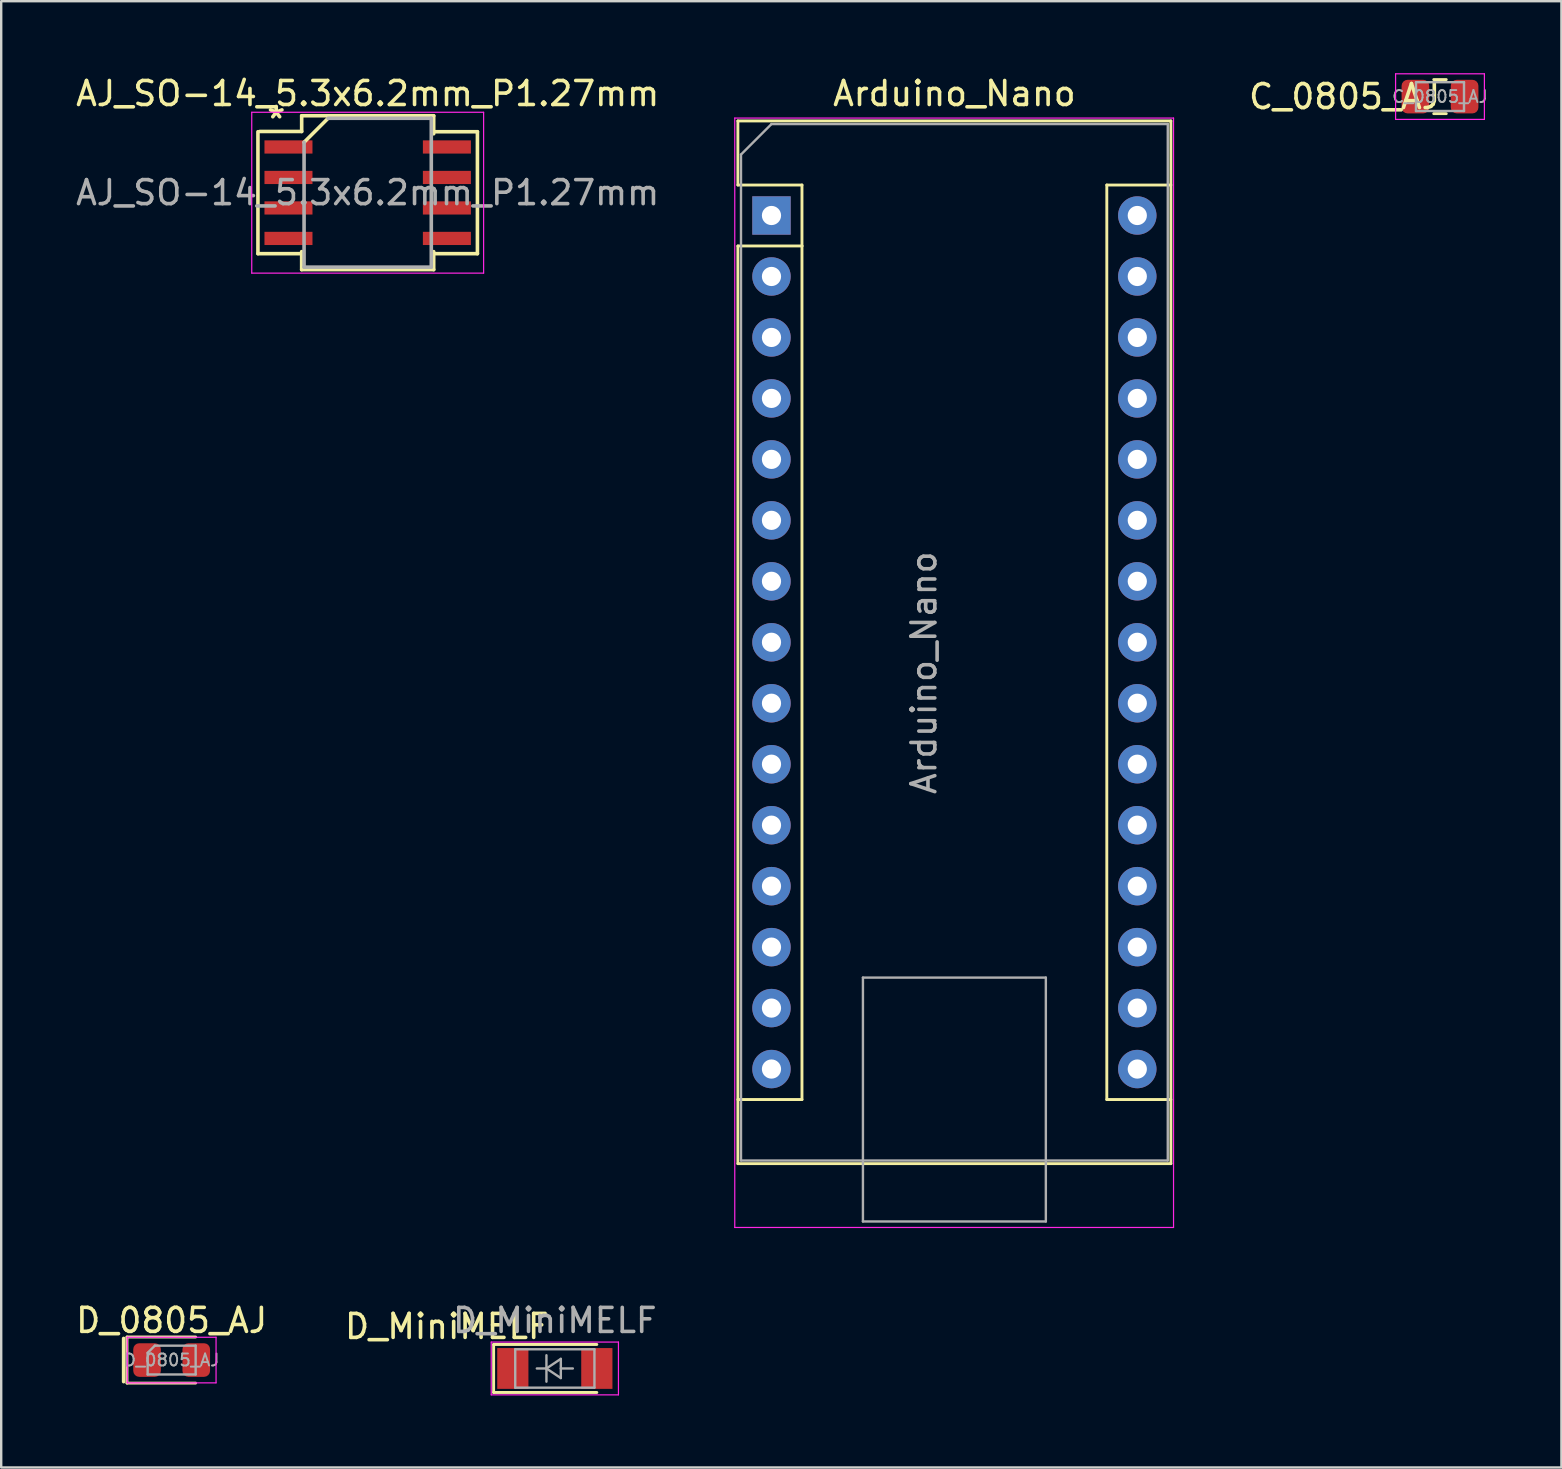
<source format=kicad_pcb>
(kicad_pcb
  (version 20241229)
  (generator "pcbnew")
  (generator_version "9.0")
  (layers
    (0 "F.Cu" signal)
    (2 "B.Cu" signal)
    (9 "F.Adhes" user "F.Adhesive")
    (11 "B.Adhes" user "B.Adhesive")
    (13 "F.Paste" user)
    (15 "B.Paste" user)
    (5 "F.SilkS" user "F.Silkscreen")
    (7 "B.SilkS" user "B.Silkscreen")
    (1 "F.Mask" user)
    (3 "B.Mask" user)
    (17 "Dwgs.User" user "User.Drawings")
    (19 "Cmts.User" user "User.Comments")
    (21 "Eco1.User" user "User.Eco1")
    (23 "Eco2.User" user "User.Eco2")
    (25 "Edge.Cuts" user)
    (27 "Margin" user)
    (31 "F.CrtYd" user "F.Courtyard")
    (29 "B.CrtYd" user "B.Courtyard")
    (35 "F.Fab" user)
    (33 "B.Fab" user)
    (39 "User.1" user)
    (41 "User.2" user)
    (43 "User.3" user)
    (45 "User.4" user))
  (footprint "Arduino_Nano"
    (layer "F.Cu")
    (at 29.091 5.928)
    (property "Reference" "Arduino_Nano" (at 7.62 -5.08 0) (layer "F.SilkS") (effects (font (size 1 1) (thickness 0.15))))
    (attr through_hole)
    (fp_line (start -1.4 -3.94) (end -1.4 -1.27) (stroke (width 0.12) (type solid)) (layer "F.SilkS"))
    (fp_line (start -1.4 1.27) (end -1.4 39.5) (stroke (width 0.12) (type solid)) (layer "F.SilkS"))
    (fp_line (start -1.4 39.5) (end 16.64 39.5) (stroke (width 0.12) (type solid)) (layer "F.SilkS"))
    (fp_line (start 1.27 -1.27) (end -1.4 -1.27) (stroke (width 0.12) (type solid)) (layer "F.SilkS"))
    (fp_line (start 1.27 1.27) (end -1.4 1.27) (stroke (width 0.12) (type solid)) (layer "F.SilkS"))
    (fp_line (start 1.27 1.27) (end 1.27 -1.27) (stroke (width 0.12) (type solid)) (layer "F.SilkS"))
    (fp_line (start 1.27 1.27) (end 1.27 36.83) (stroke (width 0.12) (type solid)) (layer "F.SilkS"))
    (fp_line (start 1.27 36.83) (end -1.4 36.83) (stroke (width 0.12) (type solid)) (layer "F.SilkS"))
    (fp_line (start 13.97 -1.27) (end 13.97 36.83) (stroke (width 0.12) (type solid)) (layer "F.SilkS"))
    (fp_line (start 13.97 -1.27) (end 16.64 -1.27) (stroke (width 0.12) (type solid)) (layer "F.SilkS"))
    (fp_line (start 13.97 36.83) (end 16.64 36.83) (stroke (width 0.12) (type solid)) (layer "F.SilkS"))
    (fp_line (start 16.64 -3.94) (end -1.4 -3.94) (stroke (width 0.12) (type solid)) (layer "F.SilkS"))
    (fp_line (start 16.64 39.5) (end 16.64 -3.94) (stroke (width 0.12) (type solid)) (layer "F.SilkS"))
    (fp_line (start -1.53 -4.06) (end -1.53 42.16) (stroke (width 0.05) (type solid)) (layer "F.CrtYd"))
    (fp_line (start -1.53 -4.06) (end 16.75 -4.06) (stroke (width 0.05) (type solid)) (layer "F.CrtYd"))
    (fp_line (start 16.75 42.16) (end -1.53 42.16) (stroke (width 0.05) (type solid)) (layer "F.CrtYd"))
    (fp_line (start 16.75 42.16) (end 16.75 -4.06) (stroke (width 0.05) (type solid)) (layer "F.CrtYd"))
    (fp_line (start -1.27 -2.54) (end 0 -3.81) (stroke (width 0.1) (type solid)) (layer "F.Fab"))
    (fp_line (start -1.27 39.37) (end -1.27 -2.54) (stroke (width 0.1) (type solid)) (layer "F.Fab"))
    (fp_line (start 0 -3.81) (end 16.51 -3.81) (stroke (width 0.1) (type solid)) (layer "F.Fab"))
    (fp_line (start 3.81 31.75) (end 11.43 31.75) (stroke (width 0.1) (type solid)) (layer "F.Fab"))
    (fp_line (start 3.81 41.91) (end 3.81 31.75) (stroke (width 0.1) (type solid)) (layer "F.Fab"))
    (fp_line (start 11.43 31.75) (end 11.43 41.91) (stroke (width 0.1) (type solid)) (layer "F.Fab"))
    (fp_line (start 11.43 41.91) (end 3.81 41.91) (stroke (width 0.1) (type solid)) (layer "F.Fab"))
    (fp_line (start 16.51 -3.81) (end 16.51 39.37) (stroke (width 0.1) (type solid)) (layer "F.Fab"))
    (fp_line (start 16.51 39.37) (end -1.27 39.37) (stroke (width 0.1) (type solid)) (layer "F.Fab"))
    (fp_text user "${REFERENCE}" (at 6.35 19.05 90) (layer "F.Fab") (effects (font (size 1 1) (thickness 0.15))))
    (pad "1" thru_hole rect (at 0 0) (size 1.6 1.6) (drill 0.8) (layers "*.Cu" "*.Mask"))
    (pad "2" thru_hole oval (at 0 2.54) (size 1.6 1.6) (drill 0.8) (layers "*.Cu" "*.Mask"))
    (pad "3" thru_hole oval (at 0 5.08) (size 1.6 1.6) (drill 0.8) (layers "*.Cu" "*.Mask"))
    (pad "4" thru_hole oval (at 0 7.62) (size 1.6 1.6) (drill 0.8) (layers "*.Cu" "*.Mask"))
    (pad "5" thru_hole oval (at 0 10.16) (size 1.6 1.6) (drill 0.8) (layers "*.Cu" "*.Mask"))
    (pad "6" thru_hole oval (at 0 12.7) (size 1.6 1.6) (drill 0.8) (layers "*.Cu" "*.Mask"))
    (pad "7" thru_hole oval (at 0 15.24) (size 1.6 1.6) (drill 0.8) (layers "*.Cu" "*.Mask"))
    (pad "8" thru_hole oval (at 0 17.78) (size 1.6 1.6) (drill 0.8) (layers "*.Cu" "*.Mask"))
    (pad "9" thru_hole oval (at 0 20.32) (size 1.6 1.6) (drill 0.8) (layers "*.Cu" "*.Mask"))
    (pad "10" thru_hole oval (at 0 22.86) (size 1.6 1.6) (drill 0.8) (layers "*.Cu" "*.Mask"))
    (pad "11" thru_hole oval (at 0 25.4) (size 1.6 1.6) (drill 0.8) (layers "*.Cu" "*.Mask"))
    (pad "12" thru_hole oval (at 0 27.94) (size 1.6 1.6) (drill 0.8) (layers "*.Cu" "*.Mask"))
    (pad "13" thru_hole oval (at 0 30.48) (size 1.6 1.6) (drill 0.8) (layers "*.Cu" "*.Mask"))
    (pad "14" thru_hole oval (at 0 33.02) (size 1.6 1.6) (drill 0.8) (layers "*.Cu" "*.Mask"))
    (pad "15" thru_hole oval (at 0 35.56) (size 1.6 1.6) (drill 0.8) (layers "*.Cu" "*.Mask"))
    (pad "16" thru_hole oval (at 15.24 35.56) (size 1.6 1.6) (drill 0.8) (layers "*.Cu" "*.Mask"))
    (pad "17" thru_hole oval (at 15.24 33.02) (size 1.6 1.6) (drill 0.8) (layers "*.Cu" "*.Mask"))
    (pad "18" thru_hole oval (at 15.24 30.48) (size 1.6 1.6) (drill 0.8) (layers "*.Cu" "*.Mask"))
    (pad "19" thru_hole oval (at 15.24 27.94) (size 1.6 1.6) (drill 0.8) (layers "*.Cu" "*.Mask"))
    (pad "20" thru_hole oval (at 15.24 25.4) (size 1.6 1.6) (drill 0.8) (layers "*.Cu" "*.Mask"))
    (pad "21" thru_hole oval (at 15.24 22.86) (size 1.6 1.6) (drill 0.8) (layers "*.Cu" "*.Mask"))
    (pad "22" thru_hole oval (at 15.24 20.32) (size 1.6 1.6) (drill 0.8) (layers "*.Cu" "*.Mask"))
    (pad "23" thru_hole oval (at 15.24 17.78) (size 1.6 1.6) (drill 0.8) (layers "*.Cu" "*.Mask"))
    (pad "24" thru_hole oval (at 15.24 15.24) (size 1.6 1.6) (drill 0.8) (layers "*.Cu" "*.Mask"))
    (pad "25" thru_hole oval (at 15.24 12.7) (size 1.6 1.6) (drill 0.8) (layers "*.Cu" "*.Mask"))
    (pad "26" thru_hole oval (at 15.24 10.16) (size 1.6 1.6) (drill 0.8) (layers "*.Cu" "*.Mask"))
    (pad "27" thru_hole oval (at 15.24 7.62) (size 1.6 1.6) (drill 0.8) (layers "*.Cu" "*.Mask"))
    (pad "28" thru_hole oval (at 15.24 5.08) (size 1.6 1.6) (drill 0.8) (layers "*.Cu" "*.Mask"))
    (pad "29" thru_hole oval (at 15.24 2.54) (size 1.6 1.6) (drill 0.8) (layers "*.Cu" "*.Mask"))
    (pad "30" thru_hole oval (at 15.24 0) (size 1.6 1.6) (drill 0.8) (layers "*.Cu" "*.Mask")))
  (footprint "AJ_SO-14_5.3x6.2mm_P1.27mm"
    (layer "F.Cu")
    (at 12.268 4.978)
    (property "Reference" "AJ_SO-14_5.3x6.2mm_P1.27mm" (at 0 -4.13 0) (layer "F.SilkS") (effects (font (size 1 1) (thickness 0.15))))
    (attr smd)
    (fp_line (start -4.572 2.54) (end -4.572 -2.54) (stroke (width 0.15) (type solid)) (layer "F.SilkS"))
    (fp_line (start -2.794 2.54) (end -4.572 2.54) (stroke (width 0.15) (type solid)) (layer "F.SilkS"))
    (fp_line (start -2.75 -3.205) (end -2.75 -2.55) (stroke (width 0.15) (type solid)) (layer "F.SilkS"))
    (fp_line (start -2.75 -3.205) (end 2.75 -3.205) (stroke (width 0.15) (type solid)) (layer "F.SilkS"))
    (fp_line (start -2.75 -2.55) (end -4.5 -2.55) (stroke (width 0.15) (type solid)) (layer "F.SilkS"))
    (fp_line (start -2.75 3.205) (end -2.75 2.455) (stroke (width 0.15) (type solid)) (layer "F.SilkS"))
    (fp_line (start -2.75 3.205) (end 2.75 3.205) (stroke (width 0.15) (type solid)) (layer "F.SilkS"))
    (fp_line (start -2.65 -2.1) (end -1.65 -3.1) (stroke (width 0.15) (type solid)) (layer "F.SilkS"))
    (fp_line (start 2.75 -3.205) (end 2.75 -2.455) (stroke (width 0.15) (type solid)) (layer "F.SilkS"))
    (fp_line (start 2.75 3.205) (end 2.75 2.455) (stroke (width 0.15) (type solid)) (layer "F.SilkS"))
    (fp_line (start 2.794 -2.54) (end 4.572 -2.54) (stroke (width 0.15) (type solid)) (layer "F.SilkS"))
    (fp_line (start 4.572 -2.54) (end 4.572 2.54) (stroke (width 0.15) (type solid)) (layer "F.SilkS"))
    (fp_line (start 4.572 2.54) (end 2.794 2.54) (stroke (width 0.15) (type solid)) (layer "F.SilkS"))
    (fp_line (start -4.83 -3.35) (end -4.83 3.35) (stroke (width 0.05) (type solid)) (layer "F.CrtYd"))
    (fp_line (start -4.83 -3.35) (end 4.83 -3.35) (stroke (width 0.05) (type solid)) (layer "F.CrtYd"))
    (fp_line (start -4.83 3.35) (end 4.83 3.35) (stroke (width 0.05) (type solid)) (layer "F.CrtYd"))
    (fp_line (start 4.83 -3.35) (end 4.83 3.35) (stroke (width 0.05) (type solid)) (layer "F.CrtYd"))
    (fp_line (start -2.65 3.1) (end -2.65 -2.1) (stroke (width 0.15) (type solid)) (layer "F.Fab"))
    (fp_line (start -1.65 -3.1) (end 2.65 -3.1) (stroke (width 0.15) (type solid)) (layer "F.Fab"))
    (fp_line (start 2.65 -3.1) (end 2.65 3.1) (stroke (width 0.15) (type solid)) (layer "F.Fab"))
    (fp_line (start 2.65 3.1) (end -2.65 3.1) (stroke (width 0.15) (type solid)) (layer "F.Fab"))
    (fp_text user "*" (at -3.81 -3.048 0) (layer "F.SilkS") (effects (font (size 1 1) (thickness 0.15))))
    (fp_text user "${REFERENCE}" (at 0 0 0) (layer "F.Fab") (effects (font (size 1 1) (thickness 0.15))))
    (pad "1" smd rect (at -3.3 -1.905) (size 2 0.55) (layers "F.Cu" "F.Mask" "F.Paste"))
    (pad "2" smd rect (at -3.3 -0.635) (size 2 0.55) (layers "F.Cu" "F.Mask" "F.Paste"))
    (pad "3" smd rect (at -3.3 0.635) (size 2 0.55) (layers "F.Cu" "F.Mask" "F.Paste"))
    (pad "4" smd rect (at -3.3 1.905) (size 2 0.55) (layers "F.Cu" "F.Mask" "F.Paste"))
    (pad "5" smd rect (at 3.3 1.905) (size 2 0.55) (layers "F.Cu" "F.Mask" "F.Paste"))
    (pad "6" smd rect (at 3.3 0.635) (size 2 0.55) (layers "F.Cu" "F.Mask" "F.Paste"))
    (pad "7" smd rect (at 3.3 -0.635) (size 2 0.55) (layers "F.Cu" "F.Mask" "F.Paste"))
    (pad "8" smd rect (at 3.3 -1.905) (size 2 0.55) (layers "F.Cu" "F.Mask" "F.Paste")))
  (footprint "D_MiniMELF"
    (layer "F.Cu")
    (at 20.065 53.962)
    (property "Reference" "D_MiniMELF" (at -4.5 -1.75 0) (layer "F.SilkS") (effects (font (size 1 1) (thickness 0.15))))
    (attr smd)
    (fp_line (start -2.55 -1) (end -2.55 1) (stroke (width 0.12) (type solid)) (layer "F.SilkS"))
    (fp_line (start -2.55 1) (end 1.75 1) (stroke (width 0.12) (type solid)) (layer "F.SilkS"))
    (fp_line (start 1.75 -1) (end -2.55 -1) (stroke (width 0.12) (type solid)) (layer "F.SilkS"))
    (fp_line (start -2.65 -1.1) (end 2.65 -1.1) (stroke (width 0.05) (type solid)) (layer "F.CrtYd"))
    (fp_line (start -2.65 1.1) (end -2.65 -1.1) (stroke (width 0.05) (type solid)) (layer "F.CrtYd"))
    (fp_line (start 2.65 -1.1) (end 2.65 1.1) (stroke (width 0.05) (type solid)) (layer "F.CrtYd"))
    (fp_line (start 2.65 1.1) (end -2.65 1.1) (stroke (width 0.05) (type solid)) (layer "F.CrtYd"))
    (fp_line (start -1.65 -0.8) (end 1.65 -0.8) (stroke (width 0.1) (type solid)) (layer "F.Fab"))
    (fp_line (start -1.65 0.8) (end -1.65 -0.8) (stroke (width 0.1) (type solid)) (layer "F.Fab"))
    (fp_line (start -0.75 0) (end -0.35 0) (stroke (width 0.1) (type solid)) (layer "F.Fab"))
    (fp_line (start -0.35 0) (end -0.35 -0.55) (stroke (width 0.1) (type solid)) (layer "F.Fab"))
    (fp_line (start -0.35 0) (end -0.35 0.55) (stroke (width 0.1) (type solid)) (layer "F.Fab"))
    (fp_line (start -0.35 0) (end 0.25 -0.4) (stroke (width 0.1) (type solid)) (layer "F.Fab"))
    (fp_line (start 0.25 -0.4) (end 0.25 0.4) (stroke (width 0.1) (type solid)) (layer "F.Fab"))
    (fp_line (start 0.25 0) (end 0.75 0) (stroke (width 0.1) (type solid)) (layer "F.Fab"))
    (fp_line (start 0.25 0.4) (end -0.35 0) (stroke (width 0.1) (type solid)) (layer "F.Fab"))
    (fp_line (start 1.65 -0.8) (end 1.65 0.8) (stroke (width 0.1) (type solid)) (layer "F.Fab"))
    (fp_line (start 1.65 0.8) (end -1.65 0.8) (stroke (width 0.1) (type solid)) (layer "F.Fab"))
    (fp_text user "${REFERENCE}" (at 0 -2 0) (layer "F.Fab") (effects (font (size 1 1) (thickness 0.15))))
    (pad "1" smd rect (at -1.75 0) (size 1.3 1.7) (layers "F.Cu" "F.Mask" "F.Paste"))
    (pad "2" smd rect (at 1.75 0) (size 1.3 1.7) (layers "F.Cu" "F.Mask" "F.Paste")))
  (footprint "D_0805_AJ"
    (layer "F.Cu")
    (at 4.101 53.611)
    (property "Reference" "D_0805_AJ" (at 0 -1.65 0) (layer "F.SilkS") (effects (font (size 1 1) (thickness 0.15))))
    (attr smd)
    (fp_line (start -2 -0.9) (end -2 0.9) (stroke (width 0.15) (type solid)) (layer "F.SilkS"))
    (fp_line (start -1.86 -0.96) (end -1.86 0.96) (stroke (width 0.12) (type solid)) (layer "F.SilkS"))
    (fp_line (start -1.86 0.96) (end 1 0.96) (stroke (width 0.12) (type solid)) (layer "F.SilkS"))
    (fp_line (start 1 -0.96) (end -1.86 -0.96) (stroke (width 0.12) (type solid)) (layer "F.SilkS"))
    (fp_line (start -1.85 -0.95) (end 1.85 -0.95) (stroke (width 0.05) (type solid)) (layer "F.CrtYd"))
    (fp_line (start -1.85 0.95) (end -1.85 -0.95) (stroke (width 0.05) (type solid)) (layer "F.CrtYd"))
    (fp_line (start 1.85 -0.95) (end 1.85 0.95) (stroke (width 0.05) (type solid)) (layer "F.CrtYd"))
    (fp_line (start 1.85 0.95) (end -1.85 0.95) (stroke (width 0.05) (type solid)) (layer "F.CrtYd"))
    (fp_line (start -1 -0.3) (end -1 0.6) (stroke (width 0.1) (type solid)) (layer "F.Fab"))
    (fp_line (start -1 0.6) (end 1 0.6) (stroke (width 0.1) (type solid)) (layer "F.Fab"))
    (fp_line (start -0.7 -0.6) (end -1 -0.3) (stroke (width 0.1) (type solid)) (layer "F.Fab"))
    (fp_line (start 1 -0.6) (end -0.7 -0.6) (stroke (width 0.1) (type solid)) (layer "F.Fab"))
    (fp_line (start 1 0.6) (end 1 -0.6) (stroke (width 0.1) (type solid)) (layer "F.Fab"))
    (fp_text user "${REFERENCE}" (at 0 0 0) (layer "F.Fab") (effects (font (size 0.5 0.5) (thickness 0.08))))
    (pad "1" smd roundrect (at -1.025 0) (size 1.15 1.4) (layers "F.Cu" "F.Mask" "F.Paste") (roundrect_rratio 0.217))
    (pad "2" smd roundrect (at 1.025 0) (size 1.15 1.4) (layers "F.Cu" "F.Mask" "F.Paste") (roundrect_rratio 0.217)))
  (footprint "C_0805_AJ"
    (layer "F.Cu")
    (at 56.942 0.975)
    (property "Reference" "C_0805_AJ" (at -3.975 0 0) (layer "F.SilkS") (effects (font (size 1 1) (thickness 0.15))))
    (attr smd)
    (fp_line (start -0.261 -0.71) (end 0.261 -0.71) (stroke (width 0.12) (type solid)) (layer "F.SilkS"))
    (fp_line (start -0.261 0.71) (end 0.261 0.71) (stroke (width 0.12) (type solid)) (layer "F.SilkS"))
    (fp_line (start -1.85 -0.95) (end 1.85 -0.95) (stroke (width 0.05) (type solid)) (layer "F.CrtYd"))
    (fp_line (start -1.85 0.95) (end -1.85 -0.95) (stroke (width 0.05) (type solid)) (layer "F.CrtYd"))
    (fp_line (start 1.85 -0.95) (end 1.85 0.95) (stroke (width 0.05) (type solid)) (layer "F.CrtYd"))
    (fp_line (start 1.85 0.95) (end -1.85 0.95) (stroke (width 0.05) (type solid)) (layer "F.CrtYd"))
    (fp_line (start -1 -0.6) (end 1 -0.6) (stroke (width 0.1) (type solid)) (layer "F.Fab"))
    (fp_line (start -1 0.6) (end -1 -0.6) (stroke (width 0.1) (type solid)) (layer "F.Fab"))
    (fp_line (start 1 -0.6) (end 1 0.6) (stroke (width 0.1) (type solid)) (layer "F.Fab"))
    (fp_line (start 1 0.6) (end -1 0.6) (stroke (width 0.1) (type solid)) (layer "F.Fab"))
    (fp_text user "${REFERENCE}" (at 0 0 0) (layer "F.Fab") (effects (font (size 0.5 0.5) (thickness 0.08))))
    (pad "1" smd roundrect (at -1.025 0) (size 1.15 1.4) (layers "F.Cu" "F.Mask" "F.Paste") (roundrect_rratio 0.217))
    (pad "2" smd roundrect (at 1.025 0) (size 1.15 1.4) (layers "F.Cu" "F.Mask" "F.Paste") (roundrect_rratio 0.217)))
  (gr_rect
    (start -3 -3)
    (end 62 58.087)
    (stroke (width 0.1) (type default))
    (fill no)
    (layer "Edge.Cuts")))
</source>
